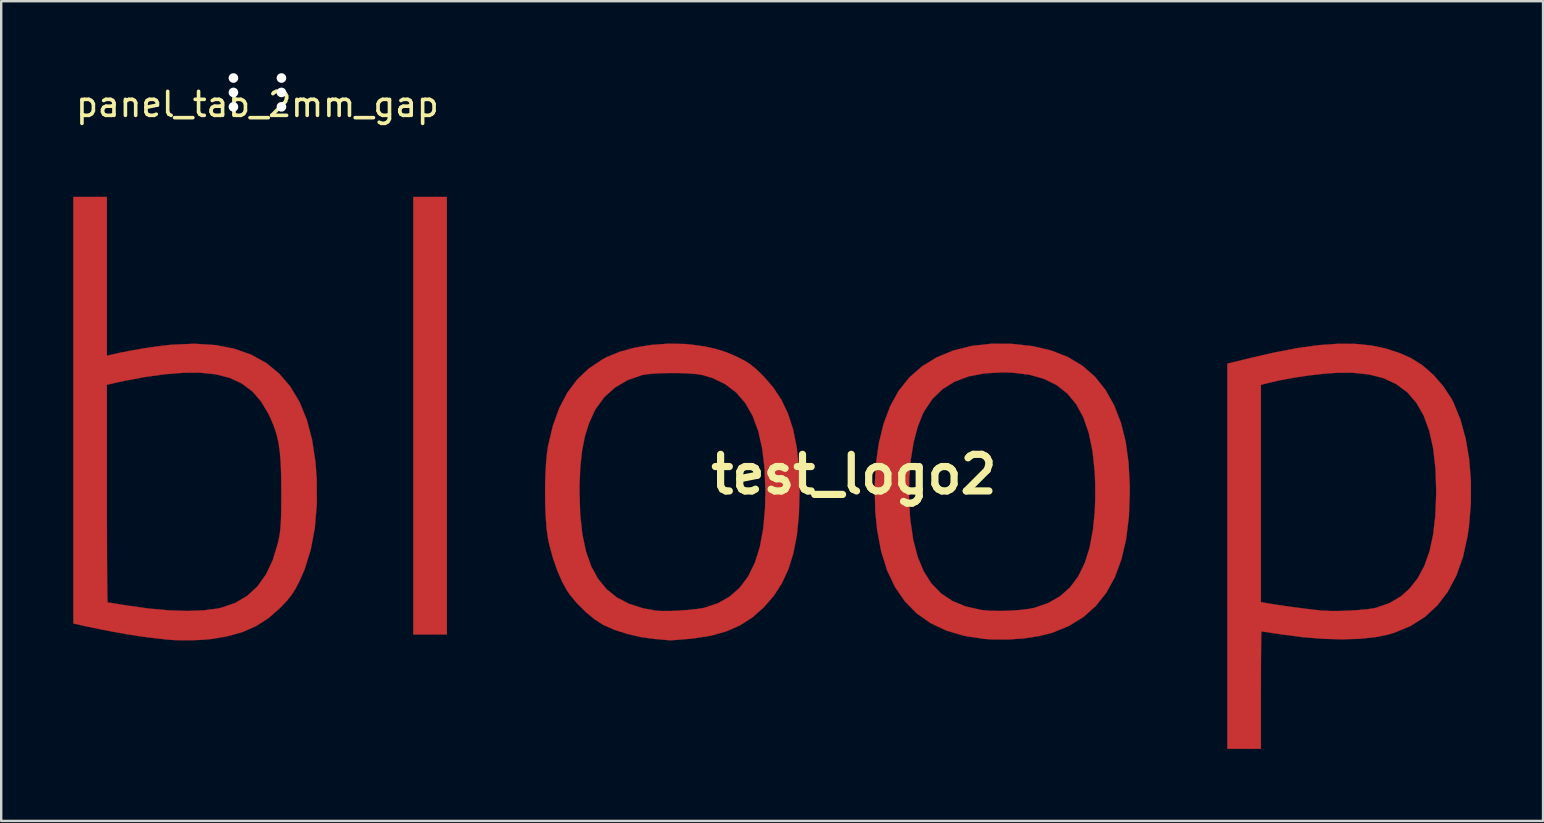
<source format=kicad_pcb>
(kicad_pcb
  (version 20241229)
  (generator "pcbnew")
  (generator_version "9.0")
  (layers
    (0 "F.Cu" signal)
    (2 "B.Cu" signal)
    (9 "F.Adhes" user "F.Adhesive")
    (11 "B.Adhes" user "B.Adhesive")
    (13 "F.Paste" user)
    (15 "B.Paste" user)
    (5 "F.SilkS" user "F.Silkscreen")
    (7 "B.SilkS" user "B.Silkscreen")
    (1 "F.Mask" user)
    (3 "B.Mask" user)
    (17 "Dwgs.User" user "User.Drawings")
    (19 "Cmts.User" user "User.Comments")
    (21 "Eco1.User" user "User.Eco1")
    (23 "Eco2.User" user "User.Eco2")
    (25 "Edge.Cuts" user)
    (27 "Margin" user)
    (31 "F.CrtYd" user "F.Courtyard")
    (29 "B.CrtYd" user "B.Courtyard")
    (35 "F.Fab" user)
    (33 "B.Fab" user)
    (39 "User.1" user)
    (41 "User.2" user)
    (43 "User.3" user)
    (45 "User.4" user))
  (footprint "panel_tab_2mm_gap"
    (layer "F.Cu")
    (at 7.673 0.8)
    (property "Reference" "panel_tab_2mm_gap" (at 0 0.5 0) (layer "F.SilkS") (effects (font (size 1 1) (thickness 0.15))))
    (attr through_hole)
    (pad "" np_thru_hole circle (at -1 -0.6) (size 0.4 0.4) (drill 0.4) (layers "*.Cu" "*.Mask"))
    (pad "" np_thru_hole circle (at -1 0) (size 0.4 0.4) (drill 0.4) (layers "*.Cu" "*.Mask"))
    (pad "" np_thru_hole circle (at -1 0.6) (size 0.4 0.4) (drill 0.4) (layers "*.Cu" "*.Mask"))
    (pad "" np_thru_hole circle (at 1 -0.6) (size 0.4 0.4) (drill 0.4) (layers "*.Cu" "*.Mask"))
    (pad "" np_thru_hole circle (at 1 0) (size 0.4 0.4) (drill 0.4) (layers "*.Cu" "*.Mask"))
    (pad "" np_thru_hole circle (at 1 0.6) (size 0.4 0.4) (drill 0.4) (layers "*.Cu" "*.Mask")))
  (footprint "test_logo2"
    (layer "F.Cu")
    (at 32.517 16.71)
    (property "Reference" "test_logo2" (at 0 0 0) (layer "F.SilkS") (effects (font (size 1.524 1.524) (thickness 0.3))))
    (attr through_hole)
    (fp_poly (pts (xy -16.954 6.668) (xy -18.352 6.668) (xy -18.352 -11.557) (xy -16.954 -11.557) (xy -16.954 6.668)) (stroke (width 0.01) (type solid)) (fill yes) (layer "F.Cu"))
    (fp_poly (pts (xy 20.894 -5.436) (xy 21.558 -5.368) (xy 22.174 -5.239) (xy 22.752 -5.047) (xy 23.209 -4.842) (xy 23.683 -4.545) (xy 24.137 -4.148) (xy 24.547 -3.677) (xy 24.887 -3.16) (xy 24.979 -2.985) (xy 25.265 -2.284) (xy 25.482 -1.494) (xy 25.628 -0.636) (xy 25.701 0.271) (xy 25.7 1.208) (xy 25.621 2.155) (xy 25.561 2.575) (xy 25.371 3.44) (xy 25.098 4.209) (xy 24.743 4.88) (xy 24.307 5.455) (xy 23.788 5.933) (xy 23.187 6.314) (xy 22.504 6.598) (xy 22.276 6.666) (xy 21.722 6.78) (xy 21.067 6.848) (xy 20.33 6.871) (xy 19.528 6.848) (xy 18.681 6.779) (xy 17.847 6.67) (xy 17.535 6.623) (xy 17.271 6.583) (xy 17.079 6.555) (xy 16.983 6.541) (xy 16.977 6.54) (xy 16.972 6.602) (xy 16.967 6.776) (xy 16.963 7.05) (xy 16.96 7.41) (xy 16.957 7.843) (xy 16.955 8.333) (xy 16.955 8.869) (xy 16.954 8.985) (xy 16.954 11.43) (xy 15.557 11.43) (xy 15.557 -3.731) (xy 16.954 -3.731) (xy 16.954 5.321) (xy 17.351 5.388) (xy 17.644 5.435) (xy 18.008 5.488) (xy 18.407 5.542) (xy 18.804 5.594) (xy 19.163 5.637) (xy 19.446 5.668) (xy 19.526 5.675) (xy 19.842 5.689) (xy 20.221 5.689) (xy 20.627 5.675) (xy 21.027 5.65) (xy 21.385 5.616) (xy 21.665 5.574) (xy 21.749 5.556) (xy 22.303 5.363) (xy 22.774 5.087) (xy 23.139 4.764) (xy 23.482 4.331) (xy 23.76 3.815) (xy 23.975 3.211) (xy 24.128 2.512) (xy 24.221 1.712) (xy 24.256 0.806) (xy 24.257 0.697) (xy 24.225 -0.25) (xy 24.129 -1.089) (xy 23.965 -1.822) (xy 23.732 -2.454) (xy 23.428 -2.985) (xy 23.05 -3.419) (xy 22.595 -3.759) (xy 22.063 -4.007) (xy 21.45 -4.165) (xy 20.754 -4.237) (xy 20.13 -4.233) (xy 19.579 -4.193) (xy 18.969 -4.123) (xy 18.347 -4.031) (xy 17.763 -3.924) (xy 17.36 -3.833) (xy 16.954 -3.731) (xy 15.557 -3.731) (xy 15.557 -4.613) (xy 16.494 -4.843) (xy 17.554 -5.086) (xy 18.513 -5.267) (xy 19.382 -5.385) (xy 20.173 -5.442) (xy 20.894 -5.436)) (stroke (width 0.01) (type solid)) (fill yes) (layer "F.Cu"))
    (fp_poly (pts (xy 6.578 -5.438) (xy 7.449 -5.341) (xy 8.228 -5.158) (xy 8.918 -4.886) (xy 9.521 -4.524) (xy 10.041 -4.07) (xy 10.48 -3.52) (xy 10.843 -2.873) (xy 11.131 -2.127) (xy 11.133 -2.121) (xy 11.321 -1.363) (xy 11.44 -0.499) (xy 11.491 0.472) (xy 11.493 0.73) (xy 11.455 1.765) (xy 11.339 2.701) (xy 11.144 3.538) (xy 10.871 4.279) (xy 10.517 4.925) (xy 10.082 5.477) (xy 9.565 5.938) (xy 8.965 6.308) (xy 8.284 6.59) (xy 7.726 6.733) (xy 7.088 6.831) (xy 6.409 6.878) (xy 5.726 6.873) (xy 5.429 6.852) (xy 4.6 6.726) (xy 3.856 6.508) (xy 3.196 6.197) (xy 2.62 5.792) (xy 2.127 5.292) (xy 1.716 4.697) (xy 1.387 4.005) (xy 1.139 3.216) (xy 0.97 2.328) (xy 0.894 1.566) (xy 0.877 0.951) (xy 2.295 0.951) (xy 2.339 1.771) (xy 2.353 1.914) (xy 2.473 2.729) (xy 2.657 3.437) (xy 2.909 4.041) (xy 3.231 4.545) (xy 3.627 4.954) (xy 4.1 5.271) (xy 4.653 5.499) (xy 5.288 5.643) (xy 5.344 5.651) (xy 5.677 5.68) (xy 6.081 5.688) (xy 6.513 5.676) (xy 6.934 5.646) (xy 7.302 5.601) (xy 7.525 5.556) (xy 8.094 5.358) (xy 8.584 5.078) (xy 9 4.711) (xy 9.342 4.253) (xy 9.615 3.699) (xy 9.82 3.046) (xy 9.961 2.288) (xy 10.031 1.588) (xy 10.054 1.023) (xy 10.053 0.418) (xy 10.031 -0.127) (xy 9.938 -0.984) (xy 9.781 -1.734) (xy 9.556 -2.38) (xy 9.26 -2.924) (xy 8.89 -3.37) (xy 8.443 -3.721) (xy 7.916 -3.981) (xy 7.307 -4.152) (xy 6.611 -4.238) (xy 6.191 -4.25) (xy 5.433 -4.207) (xy 4.766 -4.078) (xy 4.187 -3.859) (xy 3.693 -3.551) (xy 3.279 -3.151) (xy 2.944 -2.657) (xy 2.864 -2.503) (xy 2.653 -1.968) (xy 2.488 -1.334) (xy 2.372 -0.622) (xy 2.307 0.147) (xy 2.295 0.951) (xy 0.877 0.951) (xy 0.865 0.547) (xy 0.914 -0.413) (xy 1.04 -1.303) (xy 1.24 -2.115) (xy 1.513 -2.84) (xy 1.856 -3.467) (xy 1.867 -3.483) (xy 2.309 -4.035) (xy 2.84 -4.501) (xy 3.453 -4.877) (xy 4.143 -5.161) (xy 4.903 -5.35) (xy 5.727 -5.443) (xy 6.578 -5.438)) (stroke (width 0.01) (type solid)) (fill yes) (layer "F.Cu"))
    (fp_poly (pts (xy -31.115 -8.248) (xy -31.115 -4.939) (xy -30.94 -4.984) (xy -30.561 -5.07) (xy -30.096 -5.16) (xy -29.589 -5.247) (xy -29.081 -5.323) (xy -28.614 -5.381) (xy -28.416 -5.401) (xy -27.464 -5.442) (xy -26.595 -5.387) (xy -25.807 -5.235) (xy -25.101 -4.985) (xy -24.477 -4.639) (xy -23.933 -4.195) (xy -23.471 -3.653) (xy -23.089 -3.014) (xy -22.788 -2.276) (xy -22.566 -1.44) (xy -22.425 -0.505) (xy -22.375 0.191) (xy -22.371 1.248) (xy -22.454 2.233) (xy -22.625 3.14) (xy -22.88 3.962) (xy -23.091 4.445) (xy -23.259 4.766) (xy -23.426 5.026) (xy -23.625 5.273) (xy -23.889 5.55) (xy -23.901 5.562) (xy -24.382 5.985) (xy -24.898 6.317) (xy -25.469 6.569) (xy -26.116 6.75) (xy -26.759 6.857) (xy -27.097 6.888) (xy -27.499 6.906) (xy -27.917 6.911) (xy -28.304 6.902) (xy -28.607 6.88) (xy -28.754 6.863) (xy -28.987 6.836) (xy -29.266 6.804) (xy -29.401 6.788) (xy -29.797 6.735) (xy -30.283 6.657) (xy -30.822 6.561) (xy -31.38 6.454) (xy -31.923 6.341) (xy -32.052 6.313) (xy -32.512 6.21) (xy -32.512 -3.733) (xy -31.115 -3.733) (xy -31.115 0.801) (xy -31.115 1.547) (xy -31.113 2.255) (xy -31.111 2.914) (xy -31.109 3.515) (xy -31.106 4.048) (xy -31.102 4.502) (xy -31.098 4.867) (xy -31.094 5.134) (xy -31.089 5.293) (xy -31.085 5.334) (xy -31.014 5.344) (xy -30.843 5.37) (xy -30.595 5.409) (xy -30.297 5.457) (xy -30.257 5.464) (xy -29.364 5.588) (xy -28.531 5.663) (xy -27.769 5.688) (xy -27.093 5.664) (xy -26.516 5.589) (xy -26.358 5.555) (xy -25.777 5.358) (xy -25.272 5.06) (xy -24.841 4.662) (xy -24.485 4.162) (xy -24.201 3.559) (xy -23.991 2.857) (xy -23.945 2.648) (xy -23.91 2.45) (xy -23.885 2.24) (xy -23.868 1.996) (xy -23.857 1.696) (xy -23.851 1.318) (xy -23.849 0.839) (xy -23.849 0.73) (xy -23.854 0.084) (xy -23.873 -0.458) (xy -23.909 -0.915) (xy -23.965 -1.31) (xy -24.046 -1.664) (xy -24.155 -1.997) (xy -24.295 -2.332) (xy -24.386 -2.524) (xy -24.692 -3.039) (xy -25.058 -3.458) (xy -25.491 -3.784) (xy -25.999 -4.02) (xy -26.588 -4.171) (xy -27.266 -4.239) (xy -27.908 -4.234) (xy -28.689 -4.172) (xy -29.538 -4.055) (xy -30.41 -3.892) (xy -30.655 -3.838) (xy -31.115 -3.733) (xy -32.512 -3.733) (xy -32.512 -11.557) (xy -31.115 -11.557) (xy -31.115 -8.248)) (stroke (width 0.01) (type solid)) (fill yes) (layer "F.Cu"))
    (fp_poly (pts (xy -7.036 -5.432) (xy -6.731 -5.402) (xy -6.205 -5.326) (xy -5.763 -5.231) (xy -5.359 -5.105) (xy -4.952 -4.936) (xy -4.826 -4.877) (xy -4.537 -4.728) (xy -4.294 -4.57) (xy -4.057 -4.374) (xy -3.783 -4.109) (xy -3.777 -4.103) (xy -3.361 -3.625) (xy -3.017 -3.104) (xy -2.743 -2.527) (xy -2.534 -1.883) (xy -2.387 -1.161) (xy -2.298 -0.347) (xy -2.264 0.569) (xy -2.263 0.73) (xy -2.29 1.677) (xy -2.373 2.519) (xy -2.516 3.267) (xy -2.721 3.932) (xy -2.992 4.523) (xy -3.332 5.052) (xy -3.745 5.53) (xy -3.746 5.531) (xy -4.218 5.949) (xy -4.729 6.28) (xy -5.297 6.533) (xy -5.94 6.715) (xy -6.674 6.832) (xy -6.903 6.854) (xy -7.198 6.879) (xy -7.443 6.899) (xy -7.614 6.91) (xy -7.684 6.912) (xy -7.757 6.903) (xy -7.927 6.887) (xy -8.165 6.866) (xy -8.319 6.853) (xy -8.868 6.777) (xy -9.432 6.648) (xy -9.965 6.477) (xy -10.421 6.278) (xy -10.443 6.267) (xy -10.798 6.038) (xy -11.172 5.729) (xy -11.53 5.373) (xy -11.837 5.004) (xy -11.935 4.862) (xy -12.147 4.481) (xy -12.351 4.011) (xy -12.533 3.489) (xy -12.681 2.953) (xy -12.746 2.646) (xy -12.799 2.255) (xy -12.836 1.771) (xy -12.857 1.227) (xy -12.861 0.73) (xy -11.429 0.73) (xy -11.4 1.663) (xy -11.311 2.488) (xy -11.16 3.207) (xy -10.942 3.827) (xy -10.656 4.351) (xy -10.299 4.784) (xy -9.867 5.13) (xy -9.358 5.394) (xy -8.77 5.58) (xy -8.255 5.674) (xy -8.01 5.69) (xy -7.678 5.69) (xy -7.301 5.675) (xy -6.916 5.648) (xy -6.564 5.611) (xy -6.284 5.567) (xy -6.229 5.555) (xy -5.662 5.366) (xy -5.17 5.087) (xy -4.751 4.715) (xy -4.403 4.247) (xy -4.125 3.682) (xy -3.916 3.017) (xy -3.774 2.248) (xy -3.699 1.374) (xy -3.685 0.7) (xy -3.719 -0.241) (xy -3.818 -1.076) (xy -3.984 -1.806) (xy -4.217 -2.436) (xy -4.521 -2.967) (xy -4.896 -3.404) (xy -5.344 -3.749) (xy -5.866 -4.006) (xy -6.287 -4.136) (xy -6.533 -4.177) (xy -6.872 -4.205) (xy -7.269 -4.22) (xy -7.689 -4.222) (xy -8.098 -4.212) (xy -8.462 -4.189) (xy -8.748 -4.153) (xy -8.826 -4.136) (xy -9.425 -3.927) (xy -9.951 -3.619) (xy -10.396 -3.218) (xy -10.752 -2.73) (xy -10.818 -2.609) (xy -11.037 -2.121) (xy -11.204 -1.587) (xy -11.322 -0.987) (xy -11.396 -0.306) (xy -11.428 0.474) (xy -11.429 0.73) (xy -12.861 0.73) (xy -12.862 0.654) (xy -12.851 0.086) (xy -12.823 -0.445) (xy -12.78 -0.906) (xy -12.74 -1.175) (xy -12.539 -2.021) (xy -12.272 -2.762) (xy -11.935 -3.404) (xy -11.524 -3.953) (xy -11.036 -4.415) (xy -10.466 -4.795) (xy -10.292 -4.887) (xy -9.749 -5.109) (xy -9.12 -5.28) (xy -8.437 -5.393) (xy -7.732 -5.445) (xy -7.036 -5.432)) (stroke (width 0.01) (type solid)) (fill yes) (layer "F.Cu"))
    (fp_poly (pts (xy -16.954 6.668) (xy -18.352 6.668) (xy -18.352 -11.557) (xy -16.954 -11.557) (xy -16.954 6.668)) (stroke (width 0.01) (type solid)) (fill yes) (layer "F.Mask"))
    (fp_poly (pts (xy 20.894 -5.436) (xy 21.558 -5.368) (xy 22.174 -5.239) (xy 22.752 -5.047) (xy 23.209 -4.842) (xy 23.683 -4.545) (xy 24.137 -4.148) (xy 24.547 -3.677) (xy 24.887 -3.16) (xy 24.979 -2.985) (xy 25.265 -2.284) (xy 25.482 -1.494) (xy 25.628 -0.636) (xy 25.701 0.271) (xy 25.7 1.208) (xy 25.621 2.155) (xy 25.561 2.575) (xy 25.371 3.44) (xy 25.098 4.209) (xy 24.743 4.88) (xy 24.307 5.455) (xy 23.788 5.933) (xy 23.187 6.314) (xy 22.504 6.598) (xy 22.276 6.666) (xy 21.722 6.78) (xy 21.067 6.848) (xy 20.33 6.871) (xy 19.528 6.848) (xy 18.681 6.779) (xy 17.847 6.67) (xy 17.535 6.623) (xy 17.271 6.583) (xy 17.079 6.555) (xy 16.983 6.541) (xy 16.977 6.54) (xy 16.972 6.602) (xy 16.967 6.776) (xy 16.963 7.05) (xy 16.96 7.41) (xy 16.957 7.843) (xy 16.955 8.333) (xy 16.955 8.869) (xy 16.954 8.985) (xy 16.954 11.43) (xy 15.557 11.43) (xy 15.557 -3.731) (xy 16.954 -3.731) (xy 16.954 5.321) (xy 17.351 5.388) (xy 17.644 5.435) (xy 18.008 5.488) (xy 18.407 5.542) (xy 18.804 5.594) (xy 19.163 5.637) (xy 19.446 5.668) (xy 19.526 5.675) (xy 19.842 5.689) (xy 20.221 5.689) (xy 20.627 5.675) (xy 21.027 5.65) (xy 21.385 5.616) (xy 21.665 5.574) (xy 21.749 5.556) (xy 22.303 5.363) (xy 22.774 5.087) (xy 23.139 4.764) (xy 23.482 4.331) (xy 23.76 3.815) (xy 23.975 3.211) (xy 24.128 2.512) (xy 24.221 1.712) (xy 24.256 0.806) (xy 24.257 0.697) (xy 24.225 -0.25) (xy 24.129 -1.089) (xy 23.965 -1.822) (xy 23.732 -2.454) (xy 23.428 -2.985) (xy 23.05 -3.419) (xy 22.595 -3.759) (xy 22.063 -4.007) (xy 21.45 -4.165) (xy 20.754 -4.237) (xy 20.13 -4.233) (xy 19.579 -4.193) (xy 18.969 -4.123) (xy 18.347 -4.031) (xy 17.763 -3.924) (xy 17.36 -3.833) (xy 16.954 -3.731) (xy 15.557 -3.731) (xy 15.557 -4.613) (xy 16.494 -4.843) (xy 17.554 -5.086) (xy 18.513 -5.267) (xy 19.382 -5.385) (xy 20.173 -5.442) (xy 20.894 -5.436)) (stroke (width 0.01) (type solid)) (fill yes) (layer "F.Mask"))
    (fp_poly (pts (xy 6.578 -5.438) (xy 7.449 -5.341) (xy 8.228 -5.158) (xy 8.918 -4.886) (xy 9.521 -4.524) (xy 10.041 -4.07) (xy 10.48 -3.52) (xy 10.843 -2.873) (xy 11.131 -2.127) (xy 11.133 -2.121) (xy 11.321 -1.363) (xy 11.44 -0.499) (xy 11.491 0.472) (xy 11.493 0.73) (xy 11.455 1.765) (xy 11.339 2.701) (xy 11.144 3.538) (xy 10.871 4.279) (xy 10.517 4.925) (xy 10.082 5.477) (xy 9.565 5.938) (xy 8.965 6.308) (xy 8.284 6.59) (xy 7.726 6.733) (xy 7.088 6.831) (xy 6.409 6.878) (xy 5.726 6.873) (xy 5.429 6.852) (xy 4.6 6.726) (xy 3.856 6.508) (xy 3.196 6.197) (xy 2.62 5.792) (xy 2.127 5.292) (xy 1.716 4.697) (xy 1.387 4.005) (xy 1.139 3.216) (xy 0.97 2.328) (xy 0.894 1.566) (xy 0.877 0.951) (xy 2.295 0.951) (xy 2.339 1.771) (xy 2.353 1.914) (xy 2.473 2.729) (xy 2.657 3.437) (xy 2.909 4.041) (xy 3.231 4.545) (xy 3.627 4.954) (xy 4.1 5.271) (xy 4.653 5.499) (xy 5.288 5.643) (xy 5.344 5.651) (xy 5.677 5.68) (xy 6.081 5.688) (xy 6.513 5.676) (xy 6.934 5.646) (xy 7.302 5.601) (xy 7.525 5.556) (xy 8.094 5.358) (xy 8.584 5.078) (xy 9 4.711) (xy 9.342 4.253) (xy 9.615 3.699) (xy 9.82 3.046) (xy 9.961 2.288) (xy 10.031 1.588) (xy 10.054 1.023) (xy 10.053 0.418) (xy 10.031 -0.127) (xy 9.938 -0.984) (xy 9.781 -1.734) (xy 9.556 -2.38) (xy 9.26 -2.924) (xy 8.89 -3.37) (xy 8.443 -3.721) (xy 7.916 -3.981) (xy 7.307 -4.152) (xy 6.611 -4.238) (xy 6.191 -4.25) (xy 5.433 -4.207) (xy 4.766 -4.078) (xy 4.187 -3.859) (xy 3.693 -3.551) (xy 3.279 -3.151) (xy 2.944 -2.657) (xy 2.864 -2.503) (xy 2.653 -1.968) (xy 2.488 -1.334) (xy 2.372 -0.622) (xy 2.307 0.147) (xy 2.295 0.951) (xy 0.877 0.951) (xy 0.865 0.547) (xy 0.914 -0.413) (xy 1.04 -1.303) (xy 1.24 -2.115) (xy 1.513 -2.84) (xy 1.856 -3.467) (xy 1.867 -3.483) (xy 2.309 -4.035) (xy 2.84 -4.501) (xy 3.453 -4.877) (xy 4.143 -5.161) (xy 4.903 -5.35) (xy 5.727 -5.443) (xy 6.578 -5.438)) (stroke (width 0.01) (type solid)) (fill yes) (layer "F.Mask"))
    (fp_poly (pts (xy -31.115 -8.248) (xy -31.115 -4.939) (xy -30.94 -4.984) (xy -30.561 -5.07) (xy -30.096 -5.16) (xy -29.589 -5.247) (xy -29.081 -5.323) (xy -28.614 -5.381) (xy -28.416 -5.401) (xy -27.464 -5.442) (xy -26.595 -5.387) (xy -25.807 -5.235) (xy -25.101 -4.985) (xy -24.477 -4.639) (xy -23.933 -4.195) (xy -23.471 -3.653) (xy -23.089 -3.014) (xy -22.788 -2.276) (xy -22.566 -1.44) (xy -22.425 -0.505) (xy -22.375 0.191) (xy -22.371 1.248) (xy -22.454 2.233) (xy -22.625 3.14) (xy -22.88 3.962) (xy -23.091 4.445) (xy -23.259 4.766) (xy -23.426 5.026) (xy -23.625 5.273) (xy -23.889 5.55) (xy -23.901 5.562) (xy -24.382 5.985) (xy -24.898 6.317) (xy -25.469 6.569) (xy -26.116 6.75) (xy -26.759 6.857) (xy -27.097 6.888) (xy -27.499 6.906) (xy -27.917 6.911) (xy -28.304 6.902) (xy -28.607 6.88) (xy -28.754 6.863) (xy -28.987 6.836) (xy -29.266 6.804) (xy -29.401 6.788) (xy -29.797 6.735) (xy -30.283 6.657) (xy -30.822 6.561) (xy -31.38 6.454) (xy -31.923 6.341) (xy -32.052 6.313) (xy -32.512 6.21) (xy -32.512 -3.733) (xy -31.115 -3.733) (xy -31.115 0.801) (xy -31.115 1.547) (xy -31.113 2.255) (xy -31.111 2.914) (xy -31.109 3.515) (xy -31.106 4.048) (xy -31.102 4.502) (xy -31.098 4.867) (xy -31.094 5.134) (xy -31.089 5.293) (xy -31.085 5.334) (xy -31.014 5.344) (xy -30.843 5.37) (xy -30.595 5.409) (xy -30.297 5.457) (xy -30.257 5.464) (xy -29.364 5.588) (xy -28.531 5.663) (xy -27.769 5.688) (xy -27.093 5.664) (xy -26.516 5.589) (xy -26.358 5.555) (xy -25.777 5.358) (xy -25.272 5.06) (xy -24.841 4.662) (xy -24.485 4.162) (xy -24.201 3.559) (xy -23.991 2.857) (xy -23.945 2.648) (xy -23.91 2.45) (xy -23.885 2.24) (xy -23.868 1.996) (xy -23.857 1.696) (xy -23.851 1.318) (xy -23.849 0.839) (xy -23.849 0.73) (xy -23.854 0.084) (xy -23.873 -0.458) (xy -23.909 -0.915) (xy -23.965 -1.31) (xy -24.046 -1.664) (xy -24.155 -1.997) (xy -24.295 -2.332) (xy -24.386 -2.524) (xy -24.692 -3.039) (xy -25.058 -3.458) (xy -25.491 -3.784) (xy -25.999 -4.02) (xy -26.588 -4.171) (xy -27.266 -4.239) (xy -27.908 -4.234) (xy -28.689 -4.172) (xy -29.538 -4.055) (xy -30.41 -3.892) (xy -30.655 -3.838) (xy -31.115 -3.733) (xy -32.512 -3.733) (xy -32.512 -11.557) (xy -31.115 -11.557) (xy -31.115 -8.248)) (stroke (width 0.01) (type solid)) (fill yes) (layer "F.Mask"))
    (fp_poly (pts (xy -7.036 -5.432) (xy -6.731 -5.402) (xy -6.205 -5.326) (xy -5.763 -5.231) (xy -5.359 -5.105) (xy -4.952 -4.936) (xy -4.826 -4.877) (xy -4.537 -4.728) (xy -4.294 -4.57) (xy -4.057 -4.374) (xy -3.783 -4.109) (xy -3.777 -4.103) (xy -3.361 -3.625) (xy -3.017 -3.104) (xy -2.743 -2.527) (xy -2.534 -1.883) (xy -2.387 -1.161) (xy -2.298 -0.347) (xy -2.264 0.569) (xy -2.263 0.73) (xy -2.29 1.677) (xy -2.373 2.519) (xy -2.516 3.267) (xy -2.721 3.932) (xy -2.992 4.523) (xy -3.332 5.052) (xy -3.745 5.53) (xy -3.746 5.531) (xy -4.218 5.949) (xy -4.729 6.28) (xy -5.297 6.533) (xy -5.94 6.715) (xy -6.674 6.832) (xy -6.903 6.854) (xy -7.198 6.879) (xy -7.443 6.899) (xy -7.614 6.91) (xy -7.684 6.912) (xy -7.757 6.903) (xy -7.927 6.887) (xy -8.165 6.866) (xy -8.319 6.853) (xy -8.868 6.777) (xy -9.432 6.648) (xy -9.965 6.477) (xy -10.421 6.278) (xy -10.443 6.267) (xy -10.798 6.038) (xy -11.172 5.729) (xy -11.53 5.373) (xy -11.837 5.004) (xy -11.935 4.862) (xy -12.147 4.481) (xy -12.351 4.011) (xy -12.533 3.489) (xy -12.681 2.953) (xy -12.746 2.646) (xy -12.799 2.255) (xy -12.836 1.771) (xy -12.857 1.227) (xy -12.861 0.73) (xy -11.429 0.73) (xy -11.4 1.663) (xy -11.311 2.488) (xy -11.16 3.207) (xy -10.942 3.827) (xy -10.656 4.351) (xy -10.299 4.784) (xy -9.867 5.13) (xy -9.358 5.394) (xy -8.77 5.58) (xy -8.255 5.674) (xy -8.01 5.69) (xy -7.678 5.69) (xy -7.301 5.675) (xy -6.916 5.648) (xy -6.564 5.611) (xy -6.284 5.567) (xy -6.229 5.555) (xy -5.662 5.366) (xy -5.17 5.087) (xy -4.751 4.715) (xy -4.403 4.247) (xy -4.125 3.682) (xy -3.916 3.017) (xy -3.774 2.248) (xy -3.699 1.374) (xy -3.685 0.7) (xy -3.719 -0.241) (xy -3.818 -1.076) (xy -3.984 -1.806) (xy -4.217 -2.436) (xy -4.521 -2.967) (xy -4.896 -3.404) (xy -5.344 -3.749) (xy -5.866 -4.006) (xy -6.287 -4.136) (xy -6.533 -4.177) (xy -6.872 -4.205) (xy -7.269 -4.22) (xy -7.689 -4.222) (xy -8.098 -4.212) (xy -8.462 -4.189) (xy -8.748 -4.153) (xy -8.826 -4.136) (xy -9.425 -3.927) (xy -9.951 -3.619) (xy -10.396 -3.218) (xy -10.752 -2.73) (xy -10.818 -2.609) (xy -11.037 -2.121) (xy -11.204 -1.587) (xy -11.322 -0.987) (xy -11.396 -0.306) (xy -11.428 0.474) (xy -11.429 0.73) (xy -12.861 0.73) (xy -12.862 0.654) (xy -12.851 0.086) (xy -12.823 -0.445) (xy -12.78 -0.906) (xy -12.74 -1.175) (xy -12.539 -2.021) (xy -12.272 -2.762) (xy -11.935 -3.404) (xy -11.524 -3.953) (xy -11.036 -4.415) (xy -10.466 -4.795) (xy -10.292 -4.887) (xy -9.749 -5.109) (xy -9.12 -5.28) (xy -8.437 -5.393) (xy -7.732 -5.445) (xy -7.036 -5.432)) (stroke (width 0.01) (type solid)) (fill yes) (layer "F.Mask")))
  (gr_rect
    (start -3 -3)
    (end 61.223 31.145)
    (stroke (width 0.1) (type default))
    (fill no)
    (layer "Edge.Cuts")))
</source>
